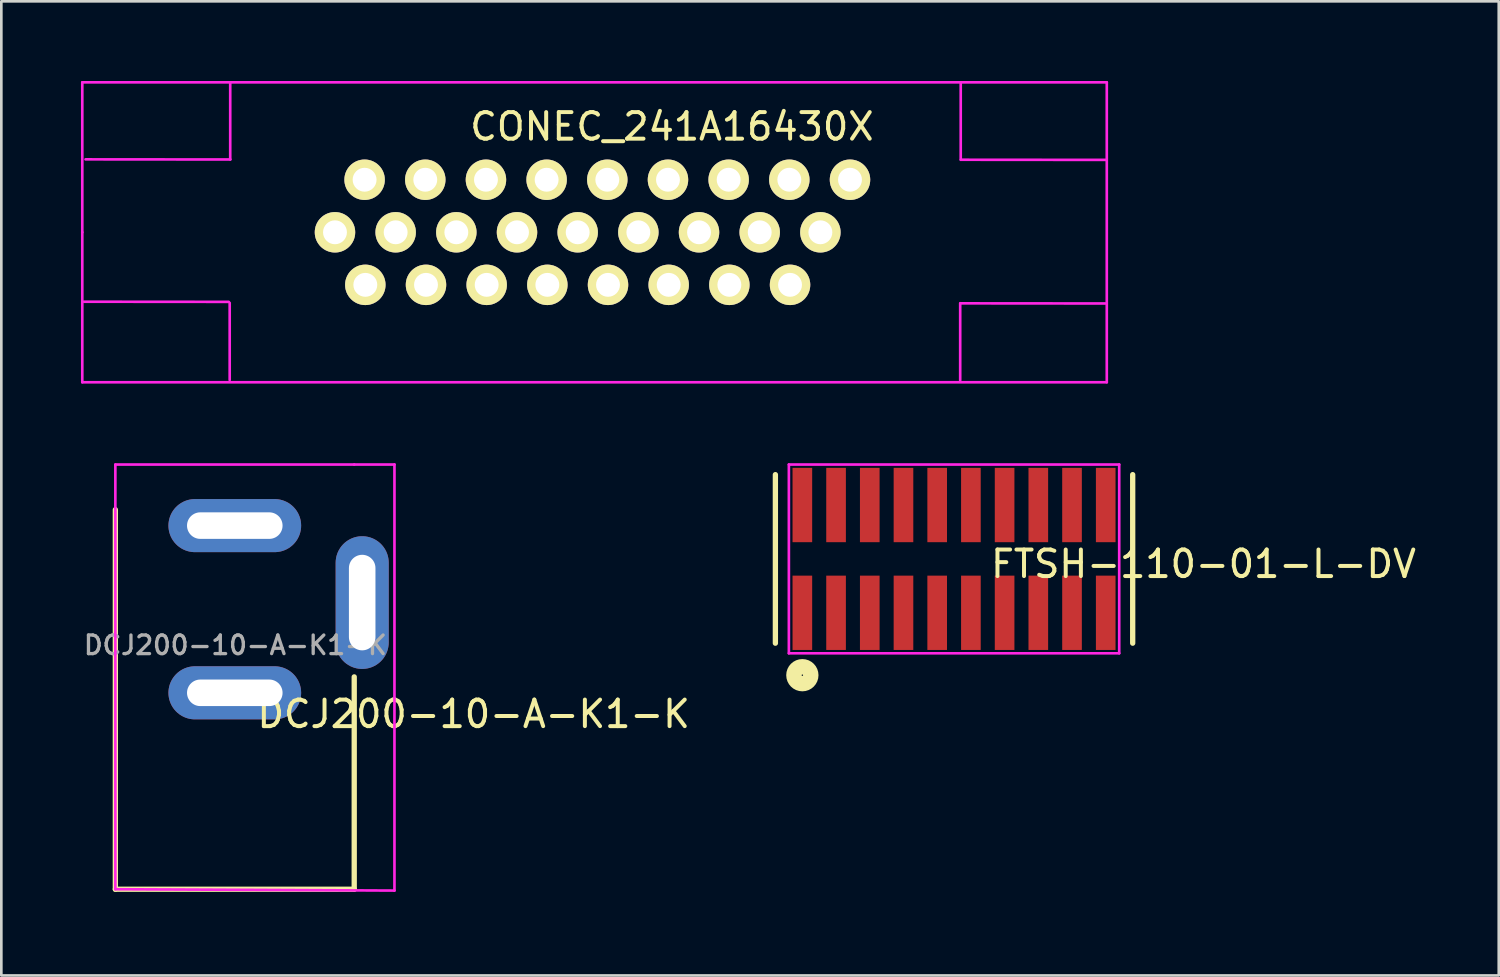
<source format=kicad_pcb>
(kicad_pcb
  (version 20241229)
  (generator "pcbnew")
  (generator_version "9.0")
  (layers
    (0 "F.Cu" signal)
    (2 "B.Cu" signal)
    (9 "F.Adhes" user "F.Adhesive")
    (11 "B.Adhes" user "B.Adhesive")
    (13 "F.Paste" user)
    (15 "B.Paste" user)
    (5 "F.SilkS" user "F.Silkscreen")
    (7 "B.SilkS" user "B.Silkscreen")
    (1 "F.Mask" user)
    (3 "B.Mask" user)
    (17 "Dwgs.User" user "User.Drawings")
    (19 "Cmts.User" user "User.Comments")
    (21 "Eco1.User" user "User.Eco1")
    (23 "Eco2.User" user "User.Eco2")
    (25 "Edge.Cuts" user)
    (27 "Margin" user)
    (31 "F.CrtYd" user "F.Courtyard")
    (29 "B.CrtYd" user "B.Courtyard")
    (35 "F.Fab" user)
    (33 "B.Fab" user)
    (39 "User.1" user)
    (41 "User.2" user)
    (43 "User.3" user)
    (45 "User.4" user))
  (footprint "FTSH-110-01-L-DV"
    (layer "F.Cu")
    (at 33.53 18.008)
    (property "Reference" "FTSH-110-01-L-DV" (at 8.763 0.191 0) (layer "F.SilkS") (effects (font (size 1 1) (thickness 0.15))))
    (attr through_hole)
    (fp_line (start -7.366 -3.175) (end -7.366 3.175) (stroke (width 0.2) (type solid)) (layer "F.SilkS"))
    (fp_line (start 6.096 -3.175) (end 6.096 3.175) (stroke (width 0.2) (type solid)) (layer "F.SilkS"))
    (fp_circle (center -6.35 4.381) (end -6.287 4.381) (stroke (width 0.2) (type solid)) (fill no) (layer "F.SilkS"))
    (fp_circle (center -6.35 4.381) (end -6.223 4.381) (stroke (width 0.2) (type solid)) (fill no) (layer "F.SilkS"))
    (fp_circle (center -6.35 4.381) (end -6.096 4.381) (stroke (width 0.2) (type solid)) (fill no) (layer "F.SilkS"))
    (fp_circle (center -6.35 4.381) (end -5.969 4.381) (stroke (width 0.2) (type solid)) (fill no) (layer "F.SilkS"))
    (fp_circle (center -6.35 4.381) (end -5.842 4.381) (stroke (width 0.2) (type solid)) (fill no) (layer "F.SilkS"))
    (fp_line (start -6.858 -3.556) (end 5.588 -3.556) (stroke (width 0.1) (type solid)) (layer "F.CrtYd"))
    (fp_line (start -6.858 3.556) (end -6.858 -3.556) (stroke (width 0.1) (type solid)) (layer "F.CrtYd"))
    (fp_line (start 5.588 -3.556) (end 5.588 3.556) (stroke (width 0.1) (type solid)) (layer "F.CrtYd"))
    (fp_line (start 5.588 3.556) (end -6.858 3.556) (stroke (width 0.1) (type solid)) (layer "F.CrtYd"))
    (pad "1" smd rect (at -6.35 2.03) (size 0.74 2.8) (layers "F.Cu" "F.Mask" "F.Paste"))
    (pad "2" smd rect (at -6.35 -2.03) (size 0.74 2.8) (layers "F.Cu" "F.Mask" "F.Paste"))
    (pad "3" smd rect (at -5.08 2.03) (size 0.74 2.8) (layers "F.Cu" "F.Mask" "F.Paste"))
    (pad "4" smd rect (at -5.08 -2.03) (size 0.74 2.8) (layers "F.Cu" "F.Mask" "F.Paste"))
    (pad "5" smd rect (at -3.81 2.03) (size 0.74 2.8) (layers "F.Cu" "F.Mask" "F.Paste"))
    (pad "6" smd rect (at -3.81 -2.03) (size 0.74 2.8) (layers "F.Cu" "F.Mask" "F.Paste"))
    (pad "7" smd rect (at -2.54 2.03) (size 0.74 2.8) (layers "F.Cu" "F.Mask" "F.Paste"))
    (pad "8" smd rect (at -2.54 -2.03) (size 0.74 2.8) (layers "F.Cu" "F.Mask" "F.Paste"))
    (pad "9" smd rect (at -1.27 2.03) (size 0.74 2.8) (layers "F.Cu" "F.Mask" "F.Paste"))
    (pad "10" smd rect (at -1.27 -2.03) (size 0.74 2.8) (layers "F.Cu" "F.Mask" "F.Paste"))
    (pad "11" smd rect (at 0 2.03) (size 0.74 2.8) (layers "F.Cu" "F.Mask" "F.Paste"))
    (pad "12" smd rect (at 0 -2.03) (size 0.74 2.8) (layers "F.Cu" "F.Mask" "F.Paste"))
    (pad "13" smd rect (at 1.27 2.03) (size 0.74 2.8) (layers "F.Cu" "F.Mask" "F.Paste"))
    (pad "14" smd rect (at 1.27 -2.03) (size 0.74 2.8) (layers "F.Cu" "F.Mask" "F.Paste"))
    (pad "15" smd rect (at 2.54 2.03) (size 0.74 2.8) (layers "F.Cu" "F.Mask" "F.Paste"))
    (pad "16" smd rect (at 2.54 -2.03) (size 0.74 2.8) (layers "F.Cu" "F.Mask" "F.Paste"))
    (pad "17" smd rect (at 3.81 2.03) (size 0.74 2.8) (layers "F.Cu" "F.Mask" "F.Paste"))
    (pad "18" smd rect (at 3.81 -2.03) (size 0.74 2.8) (layers "F.Cu" "F.Mask" "F.Paste"))
    (pad "19" smd rect (at 5.08 2.03) (size 0.74 2.8) (layers "F.Cu" "F.Mask" "F.Paste"))
    (pad "20" smd rect (at 5.08 -2.03) (size 0.74 2.8) (layers "F.Cu" "F.Mask" "F.Paste")))
  (footprint "CONEC_241A16430X"
    (placed yes)
    (layer "F.Cu")
    (at 19.35 5.702)
    (property "Reference" "CONEC_241A16430X" (at 2.916 -3.983 0) (layer "F.SilkS") (effects (font (size 1 1) (thickness 0.15))))
    (attr through_hole)
    (fp_line (start -19.3 -5.65) (end 19.3 -5.65) (stroke (width 0.1) (type solid)) (layer "F.CrtYd"))
    (fp_line (start -19.3 0) (end -19.3 -5.65) (stroke (width 0.1) (type solid)) (layer "F.CrtYd"))
    (fp_line (start -19.3 5.65) (end -19.3 0) (stroke (width 0.1) (type solid)) (layer "F.CrtYd"))
    (fp_line (start -19.238 2.616) (end -13.782 2.621) (stroke (width 0.1) (type solid)) (layer "F.CrtYd"))
    (fp_line (start -19.177 -2.748) (end -13.721 -2.743) (stroke (width 0.1) (type solid)) (layer "F.CrtYd"))
    (fp_line (start -13.746 5.565) (end -13.746 2.659) (stroke (width 0.1) (type solid)) (layer "F.CrtYd"))
    (fp_line (start -13.726 -2.746) (end -13.726 -5.652) (stroke (width 0.1) (type solid)) (layer "F.CrtYd"))
    (fp_line (start 13.777 5.578) (end 13.777 2.672) (stroke (width 0.1) (type solid)) (layer "F.CrtYd"))
    (fp_line (start 13.79 2.677) (end 19.246 2.682) (stroke (width 0.1) (type solid)) (layer "F.CrtYd"))
    (fp_line (start 13.797 -2.733) (end 13.797 -5.639) (stroke (width 0.1) (type solid)) (layer "F.CrtYd"))
    (fp_line (start 13.802 -2.733) (end 19.258 -2.728) (stroke (width 0.1) (type solid)) (layer "F.CrtYd"))
    (fp_line (start 19.3 -5.65) (end 19.3 5.65) (stroke (width 0.1) (type solid)) (layer "F.CrtYd"))
    (fp_line (start 19.3 5.65) (end -19.3 5.65) (stroke (width 0.1) (type solid)) (layer "F.CrtYd"))
    (pad "1" thru_hole circle (at -8.663 -1.98) (size 1.524 1.524) (drill 0.9) (layers "*.Cu" "*.Mask" "F.SilkS"))
    (pad "2" thru_hole circle (at -6.377 -1.98) (size 1.524 1.524) (drill 0.9) (layers "*.Cu" "*.Mask" "F.SilkS"))
    (pad "3" thru_hole circle (at -4.091 -1.98) (size 1.524 1.524) (drill 0.9) (layers "*.Cu" "*.Mask" "F.SilkS"))
    (pad "4" thru_hole circle (at -1.805 -1.98) (size 1.524 1.524) (drill 0.9) (layers "*.Cu" "*.Mask" "F.SilkS"))
    (pad "5" thru_hole circle (at 0.481 -1.98) (size 1.524 1.524) (drill 0.9) (layers "*.Cu" "*.Mask" "F.SilkS"))
    (pad "6" thru_hole circle (at 2.767 -1.98) (size 1.524 1.524) (drill 0.9) (layers "*.Cu" "*.Mask" "F.SilkS"))
    (pad "7" thru_hole circle (at 5.053 -1.98) (size 1.524 1.524) (drill 0.9) (layers "*.Cu" "*.Mask" "F.SilkS"))
    (pad "8" thru_hole circle (at 7.339 -1.98) (size 1.524 1.524) (drill 0.9) (layers "*.Cu" "*.Mask" "F.SilkS"))
    (pad "9" thru_hole circle (at 9.625 -1.98) (size 1.524 1.524) (drill 0.9) (layers "*.Cu" "*.Mask" "F.SilkS"))
    (pad "10" thru_hole circle (at -9.779 0) (size 1.524 1.524) (drill 0.9) (layers "*.Cu" "*.Mask" "F.SilkS"))
    (pad "11" thru_hole circle (at -7.493 0) (size 1.524 1.524) (drill 0.9) (layers "*.Cu" "*.Mask" "F.SilkS"))
    (pad "12" thru_hole circle (at -5.207 0) (size 1.524 1.524) (drill 0.9) (layers "*.Cu" "*.Mask" "F.SilkS"))
    (pad "13" thru_hole circle (at -2.921 0) (size 1.524 1.524) (drill 0.9) (layers "*.Cu" "*.Mask" "F.SilkS"))
    (pad "14" thru_hole circle (at -0.635 0) (size 1.524 1.524) (drill 0.9) (layers "*.Cu" "*.Mask" "F.SilkS"))
    (pad "15" thru_hole circle (at 1.651 0) (size 1.524 1.524) (drill 0.9) (layers "*.Cu" "*.Mask" "F.SilkS"))
    (pad "16" thru_hole circle (at 3.937 0) (size 1.524 1.524) (drill 0.9) (layers "*.Cu" "*.Mask" "F.SilkS"))
    (pad "17" thru_hole circle (at 6.223 0) (size 1.524 1.524) (drill 0.9) (layers "*.Cu" "*.Mask" "F.SilkS"))
    (pad "18" thru_hole circle (at 8.509 0) (size 1.524 1.524) (drill 0.9) (layers "*.Cu" "*.Mask" "F.SilkS"))
    (pad "19" thru_hole circle (at -8.636 1.98) (size 1.524 1.524) (drill 0.9) (layers "*.Cu" "*.Mask" "F.SilkS"))
    (pad "20" thru_hole circle (at -6.35 1.98) (size 1.524 1.524) (drill 0.9) (layers "*.Cu" "*.Mask" "F.SilkS"))
    (pad "21" thru_hole circle (at -4.064 1.98) (size 1.524 1.524) (drill 0.9) (layers "*.Cu" "*.Mask" "F.SilkS"))
    (pad "22" thru_hole circle (at -1.778 1.98) (size 1.524 1.524) (drill 0.9) (layers "*.Cu" "*.Mask" "F.SilkS"))
    (pad "23" thru_hole circle (at 0.508 1.98) (size 1.524 1.524) (drill 0.9) (layers "*.Cu" "*.Mask" "F.SilkS"))
    (pad "24" thru_hole circle (at 2.794 1.98) (size 1.524 1.524) (drill 0.9) (layers "*.Cu" "*.Mask" "F.SilkS"))
    (pad "25" thru_hole circle (at 5.08 1.98) (size 1.524 1.524) (drill 0.9) (layers "*.Cu" "*.Mask" "F.SilkS"))
    (pad "26" thru_hole circle (at 7.366 1.98) (size 1.524 1.524) (drill 0.9) (layers "*.Cu" "*.Mask" "F.SilkS")))
  (footprint "DCJ200-10-A-K1-K"
    (layer "F.Cu")
    (at 5.796 30.453)
    (property "Reference" "DCJ200-10-A-K1-K" (at 9 -6.6 0) (layer "F.SilkS") (effects (font (size 1 1) (thickness 0.15))))
    (attr through_hole)
    (fp_line (start -4.5 0) (end -4.5 -14.3) (stroke (width 0.2) (type solid)) (layer "F.SilkS"))
    (fp_line (start 4.5 -8) (end 4.5 0) (stroke (width 0.2) (type solid)) (layer "F.SilkS"))
    (fp_line (start 4.5 0) (end -4.5 0) (stroke (width 0.2) (type solid)) (layer "F.SilkS"))
    (fp_line (start -4.5 -16) (end 4.5 -16) (stroke (width 0.1) (type solid)) (layer "F.CrtYd"))
    (fp_line (start -4.5 0) (end -4.5 -16) (stroke (width 0.1) (type solid)) (layer "F.CrtYd"))
    (fp_line (start 4.5 -16) (end 6.016 -16.002) (stroke (width 0.1) (type solid)) (layer "F.CrtYd"))
    (fp_line (start 6.016 -16.002) (end 6.016 0.051) (stroke (width 0.1) (type solid)) (layer "F.CrtYd"))
    (fp_line (start 6.016 0.051) (end -4.5 0) (stroke (width 0.1) (type solid)) (layer "F.CrtYd"))
    (fp_text user "${REFERENCE}" (at 0.021 -9.195 0) (layer "F.Fab") (effects (font (size 0.7 0.7) (thickness 0.125))))
    (pad "1" thru_hole oval (at 0 -13.7) (size 5 2) (drill oval 3.6 1) (layers "*.Cu" "*.Mask"))
    (pad "2" thru_hole oval (at 0 -7.4) (size 5 2) (drill oval 3.6 1) (layers "*.Cu" "*.Mask"))
    (pad "3" thru_hole oval (at 4.8 -10.8) (size 2 5) (drill oval 1 3.6) (layers "*.Cu" "*.Mask")))
  (gr_rect
    (start -3 -3)
    (end 53.418 33.703)
    (stroke (width 0.1) (type default))
    (fill no)
    (layer "Edge.Cuts")))
</source>
